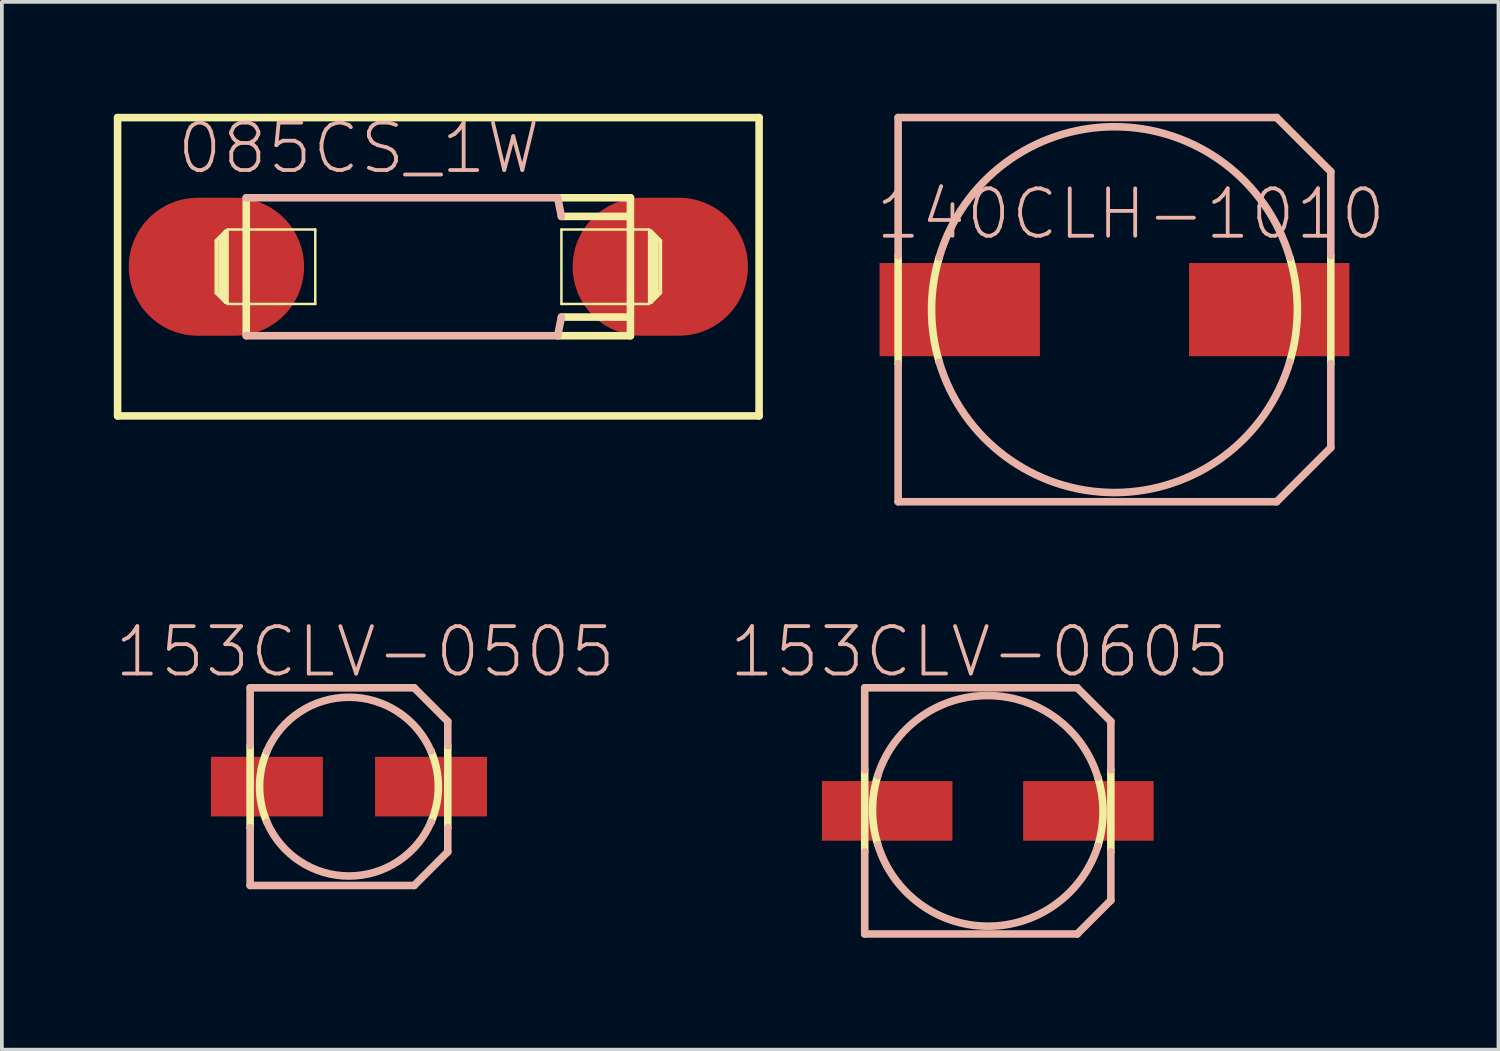
<source format=kicad_pcb>
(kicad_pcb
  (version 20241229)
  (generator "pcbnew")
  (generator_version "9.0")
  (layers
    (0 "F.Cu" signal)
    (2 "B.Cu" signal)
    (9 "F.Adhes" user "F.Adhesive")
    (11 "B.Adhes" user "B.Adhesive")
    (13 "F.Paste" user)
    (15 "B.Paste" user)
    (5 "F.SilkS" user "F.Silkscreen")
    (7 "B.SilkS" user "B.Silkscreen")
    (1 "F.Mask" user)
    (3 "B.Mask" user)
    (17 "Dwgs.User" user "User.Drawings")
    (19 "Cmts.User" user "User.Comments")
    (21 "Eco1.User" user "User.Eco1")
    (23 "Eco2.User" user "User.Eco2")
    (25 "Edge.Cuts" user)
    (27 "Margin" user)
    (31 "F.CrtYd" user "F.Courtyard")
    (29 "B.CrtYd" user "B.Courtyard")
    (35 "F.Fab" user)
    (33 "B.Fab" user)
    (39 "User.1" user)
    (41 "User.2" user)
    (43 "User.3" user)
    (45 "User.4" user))
  (footprint "153CLV-0505"
    (layer "F.Cu")
    (at 6.304 18.036)
    (property "Reference" "153CLV-0505" (at 0.434 -3.614 0) (layer "B.SilkS") (effects (font (size 1.27 1.27) (thickness 0.102))))
    (attr smd)
    (fp_line (start -2.649 1.1) (end -2.649 -1.1) (stroke (width 0.203) (type solid)) (layer "F.SilkS"))
    (fp_line (start 2.649 -1.1) (end 2.649 1.1) (stroke (width 0.203) (type solid)) (layer "F.SilkS"))
    (fp_arc (start -2.19964 0.94996) (mid -2.396005 0.000339) (end -2.199908 -0.949338) (stroke (width 0.2032) (type solid)) (layer "F.SilkS"))
    (fp_arc (start 2.19964 -0.94996) (mid 2.396005 -0.000339) (end 2.199908 0.949338) (stroke (width 0.2032) (type solid)) (layer "F.SilkS"))
    (fp_line (start -2.649 -2.649) (end 1.748 -2.649) (stroke (width 0.203) (type solid)) (layer "B.SilkS"))
    (fp_line (start -2.649 -1.1) (end -2.649 -2.649) (stroke (width 0.203) (type solid)) (layer "B.SilkS"))
    (fp_line (start -2.649 2.649) (end -2.649 1.1) (stroke (width 0.203) (type solid)) (layer "B.SilkS"))
    (fp_line (start 1.748 -2.649) (end 2.649 -1.748) (stroke (width 0.203) (type solid)) (layer "B.SilkS"))
    (fp_line (start 1.748 2.649) (end -2.649 2.649) (stroke (width 0.203) (type solid)) (layer "B.SilkS"))
    (fp_line (start 2.649 -1.748) (end 2.649 -1.1) (stroke (width 0.203) (type solid)) (layer "B.SilkS"))
    (fp_line (start 2.649 1.1) (end 2.649 1.748) (stroke (width 0.203) (type solid)) (layer "B.SilkS"))
    (fp_line (start 2.649 1.748) (end 1.748 2.649) (stroke (width 0.203) (type solid)) (layer "B.SilkS"))
    (fp_arc (start -2.19964 -0.94996) (mid -0.001752 -2.396004) (end 2.198248 -0.953176) (stroke (width 0.2032) (type solid)) (layer "B.SilkS"))
    (fp_arc (start 2.19964 0.94996) (mid 0.001752 2.396004) (end -2.198248 0.953176) (stroke (width 0.2032) (type solid)) (layer "B.SilkS"))
    (pad "+" smd rect (at 2.2 0) (size 3 1.598) (layers "F.Cu" "F.Mask" "F.Paste"))
    (pad "-" smd rect (at -2.2 0) (size 3 1.598) (layers "F.Cu" "F.Mask" "F.Paste")))
  (footprint "085CS_1W"
    (layer "F.Cu")
    (at 8.7 4.1)
    (property "Reference" "085CS_1W" (at -2.134 -3.175 0) (layer "B.SilkS") (effects (font (size 1.27 1.27) (thickness 0.102))))
    (attr smd)
    (fp_line (start -8.598 -3.998) (end -8.598 3.998) (stroke (width 0.203) (type solid)) (layer "F.SilkS"))
    (fp_line (start -8.598 -3.998) (end 8.598 -3.998) (stroke (width 0.203) (type solid)) (layer "F.SilkS"))
    (fp_line (start -8.598 3.998) (end 8.598 3.998) (stroke (width 0.203) (type solid)) (layer "F.SilkS"))
    (fp_line (start -5.949 -0.699) (end -5.949 0.699) (stroke (width 0.102) (type solid)) (layer "F.SilkS"))
    (fp_line (start -5.949 0.699) (end -5.7 0.95) (stroke (width 0.102) (type solid)) (layer "F.SilkS"))
    (fp_line (start -5.799 -0.749) (end -5.799 0.749) (stroke (width 0.203) (type solid)) (layer "F.SilkS"))
    (fp_line (start -5.7 -0.95) (end -5.949 -0.699) (stroke (width 0.102) (type solid)) (layer "F.SilkS"))
    (fp_line (start -5.7 0.95) (end -5.7 -0.95) (stroke (width 0.102) (type solid)) (layer "F.SilkS"))
    (fp_line (start -5.649 -0.998) (end -3.299 -0.998) (stroke (width 0.066) (type solid)) (layer "F.SilkS"))
    (fp_line (start -5.649 0.998) (end -5.649 -0.998) (stroke (width 0.066) (type solid)) (layer "F.SilkS"))
    (fp_line (start -5.649 0.998) (end -3.299 0.998) (stroke (width 0.066) (type solid)) (layer "F.SilkS"))
    (fp_line (start -5.149 -1.849) (end -5.149 1.849) (stroke (width 0.203) (type solid)) (layer "F.SilkS"))
    (fp_line (start -3.299 0.998) (end -3.299 -0.998) (stroke (width 0.066) (type solid)) (layer "F.SilkS"))
    (fp_line (start 3.198 1.849) (end 5.149 1.849) (stroke (width 0.203) (type solid)) (layer "F.SilkS"))
    (fp_line (start 3.299 -0.998) (end 5.649 -0.998) (stroke (width 0.066) (type solid)) (layer "F.SilkS"))
    (fp_line (start 3.299 0.998) (end 3.299 -0.998) (stroke (width 0.066) (type solid)) (layer "F.SilkS"))
    (fp_line (start 3.299 0.998) (end 5.649 0.998) (stroke (width 0.066) (type solid)) (layer "F.SilkS"))
    (fp_line (start 5.05 -1.349) (end 3.299 -1.349) (stroke (width 0.203) (type solid)) (layer "F.SilkS"))
    (fp_line (start 5.098 1.349) (end 3.299 1.349) (stroke (width 0.203) (type solid)) (layer "F.SilkS"))
    (fp_line (start 5.149 -1.849) (end 3.198 -1.849) (stroke (width 0.203) (type solid)) (layer "F.SilkS"))
    (fp_line (start 5.149 1.849) (end 5.149 -1.849) (stroke (width 0.203) (type solid)) (layer "F.SilkS"))
    (fp_line (start 5.649 0.998) (end 5.649 -0.998) (stroke (width 0.066) (type solid)) (layer "F.SilkS"))
    (fp_line (start 5.7 -0.95) (end 5.7 0.95) (stroke (width 0.102) (type solid)) (layer "F.SilkS"))
    (fp_line (start 5.7 0.95) (end 5.949 0.699) (stroke (width 0.102) (type solid)) (layer "F.SilkS"))
    (fp_line (start 5.799 0.749) (end 5.799 -0.749) (stroke (width 0.203) (type solid)) (layer "F.SilkS"))
    (fp_line (start 5.949 -0.699) (end 5.7 -0.95) (stroke (width 0.102) (type solid)) (layer "F.SilkS"))
    (fp_line (start 5.949 0.699) (end 5.949 -0.699) (stroke (width 0.102) (type solid)) (layer "F.SilkS"))
    (fp_line (start 8.598 -3.998) (end 8.598 3.998) (stroke (width 0.203) (type solid)) (layer "F.SilkS"))
    (fp_line (start -5.149 1.849) (end 3.198 1.849) (stroke (width 0.203) (type solid)) (layer "B.SilkS"))
    (fp_line (start 3.198 -1.849) (end -5.149 -1.849) (stroke (width 0.203) (type solid)) (layer "B.SilkS"))
    (fp_line (start 3.299 -1.349) (end 3.198 -1.849) (stroke (width 0.203) (type solid)) (layer "B.SilkS"))
    (fp_line (start 3.299 1.349) (end 3.198 1.849) (stroke (width 0.203) (type solid)) (layer "B.SilkS"))
    (pad "+" smd oval (at 5.949 0) (size 4.699 3.698) (layers "F.Cu" "F.Mask" "F.Paste"))
    (pad "-" smd oval (at -5.949 0) (size 4.699 3.698) (layers "F.Cu" "F.Mask" "F.Paste")))
  (footprint "140CLH-1010"
    (layer "F.Cu")
    (at 26.824 5.25)
    (property "Reference" "140CLH-1010" (at 0.434 -2.563 0) (layer "B.SilkS") (effects (font (size 1.27 1.27) (thickness 0.102))))
    (attr smd)
    (fp_line (start -5.799 1.448) (end -5.799 -1.448) (stroke (width 0.203) (type solid)) (layer "F.SilkS"))
    (fp_line (start 5.799 -1.448) (end 5.799 1.448) (stroke (width 0.203) (type solid)) (layer "F.SilkS"))
    (fp_arc (start -4.699 1.39954) (mid -4.902989 0.00304) (end -4.700732 -1.393712) (stroke (width 0.2032) (type solid)) (layer "F.SilkS"))
    (fp_arc (start 4.699 -1.39954) (mid 4.902989 -0.00304) (end 4.700732 1.393712) (stroke (width 0.2032) (type solid)) (layer "F.SilkS"))
    (fp_line (start -5.799 -5.149) (end 4.348 -5.149) (stroke (width 0.203) (type solid)) (layer "B.SilkS"))
    (fp_line (start -5.799 -1.448) (end -5.799 -5.149) (stroke (width 0.203) (type solid)) (layer "B.SilkS"))
    (fp_line (start -5.799 5.149) (end -5.799 1.448) (stroke (width 0.203) (type solid)) (layer "B.SilkS"))
    (fp_line (start 4.348 5.149) (end -5.799 5.149) (stroke (width 0.203) (type solid)) (layer "B.SilkS"))
    (fp_line (start 5.799 -3.698) (end 4.348 -5.149) (stroke (width 0.203) (type solid)) (layer "B.SilkS"))
    (fp_line (start 5.799 -3.698) (end 5.799 -1.448) (stroke (width 0.203) (type solid)) (layer "B.SilkS"))
    (fp_line (start 5.799 1.448) (end 5.799 3.698) (stroke (width 0.203) (type solid)) (layer "B.SilkS"))
    (fp_line (start 5.799 3.698) (end 4.348 5.149) (stroke (width 0.203) (type solid)) (layer "B.SilkS"))
    (fp_arc (start -4.699 -1.39954) (mid -0.001239 -4.90299) (end 4.698292 -1.401914) (stroke (width 0.2032) (type solid)) (layer "B.SilkS"))
    (fp_arc (start 4.699 1.39954) (mid 0.001239 4.90299) (end -4.698292 1.401914) (stroke (width 0.2032) (type solid)) (layer "B.SilkS"))
    (pad "+" smd rect (at 4.148 0) (size 4.298 2.499) (layers "F.Cu" "F.Mask" "F.Paste"))
    (pad "-" smd rect (at -4.148 0) (size 4.298 2.499) (layers "F.Cu" "F.Mask" "F.Paste")))
  (footprint "153CLV-0605"
    (layer "F.Cu")
    (at 23.428 18.686)
    (property "Reference" "153CLV-0605" (at -0.213 -4.265 0) (layer "B.SilkS") (effects (font (size 1.27 1.27) (thickness 0.102))))
    (attr smd)
    (fp_line (start -3.299 1.1) (end -3.299 -1.1) (stroke (width 0.203) (type solid)) (layer "F.SilkS"))
    (fp_line (start 3.299 -1.1) (end 3.299 1.1) (stroke (width 0.203) (type solid)) (layer "F.SilkS"))
    (fp_arc (start -2.94894 0.89916) (mid -3.089719 -0.024885) (end -2.947729 -0.948744) (stroke (width 0.2032) (type solid)) (layer "F.SilkS"))
    (fp_arc (start 2.94894 -0.89916) (mid 3.089719 0.024885) (end 2.947729 0.948744) (stroke (width 0.2032) (type solid)) (layer "F.SilkS"))
    (fp_line (start -3.299 -3.299) (end 2.398 -3.299) (stroke (width 0.203) (type solid)) (layer "B.SilkS"))
    (fp_line (start -3.299 -1.1) (end -3.299 -3.299) (stroke (width 0.203) (type solid)) (layer "B.SilkS"))
    (fp_line (start -3.299 3.299) (end -3.299 1.1) (stroke (width 0.203) (type solid)) (layer "B.SilkS"))
    (fp_line (start 2.398 -3.299) (end 3.299 -2.398) (stroke (width 0.203) (type solid)) (layer "B.SilkS"))
    (fp_line (start 2.398 3.299) (end -3.299 3.299) (stroke (width 0.203) (type solid)) (layer "B.SilkS"))
    (fp_line (start 3.299 -2.398) (end 3.299 -1.1) (stroke (width 0.203) (type solid)) (layer "B.SilkS"))
    (fp_line (start 3.299 1.1) (end 3.299 2.398) (stroke (width 0.203) (type solid)) (layer "B.SilkS"))
    (fp_line (start 3.299 2.398) (end 2.398 3.299) (stroke (width 0.203) (type solid)) (layer "B.SilkS"))
    (fp_arc (start -2.94894 -0.94996) (mid 0.016598 -3.090825) (end 2.948225 -0.903753) (stroke (width 0.2032) (type solid)) (layer "B.SilkS"))
    (fp_arc (start 2.94894 0.94996) (mid -0.016598 3.090825) (end -2.948225 0.903753) (stroke (width 0.2032) (type solid)) (layer "B.SilkS"))
    (pad "+" smd rect (at 2.697 0) (size 3.498 1.598) (layers "F.Cu" "F.Mask" "F.Paste"))
    (pad "-" smd rect (at -2.697 0) (size 3.498 1.598) (layers "F.Cu" "F.Mask" "F.Paste")))
  (gr_rect
    (start -3 -3)
    (end 37.117 25.087)
    (stroke (width 0.1) (type default))
    (fill no)
    (layer "Edge.Cuts")))
</source>
